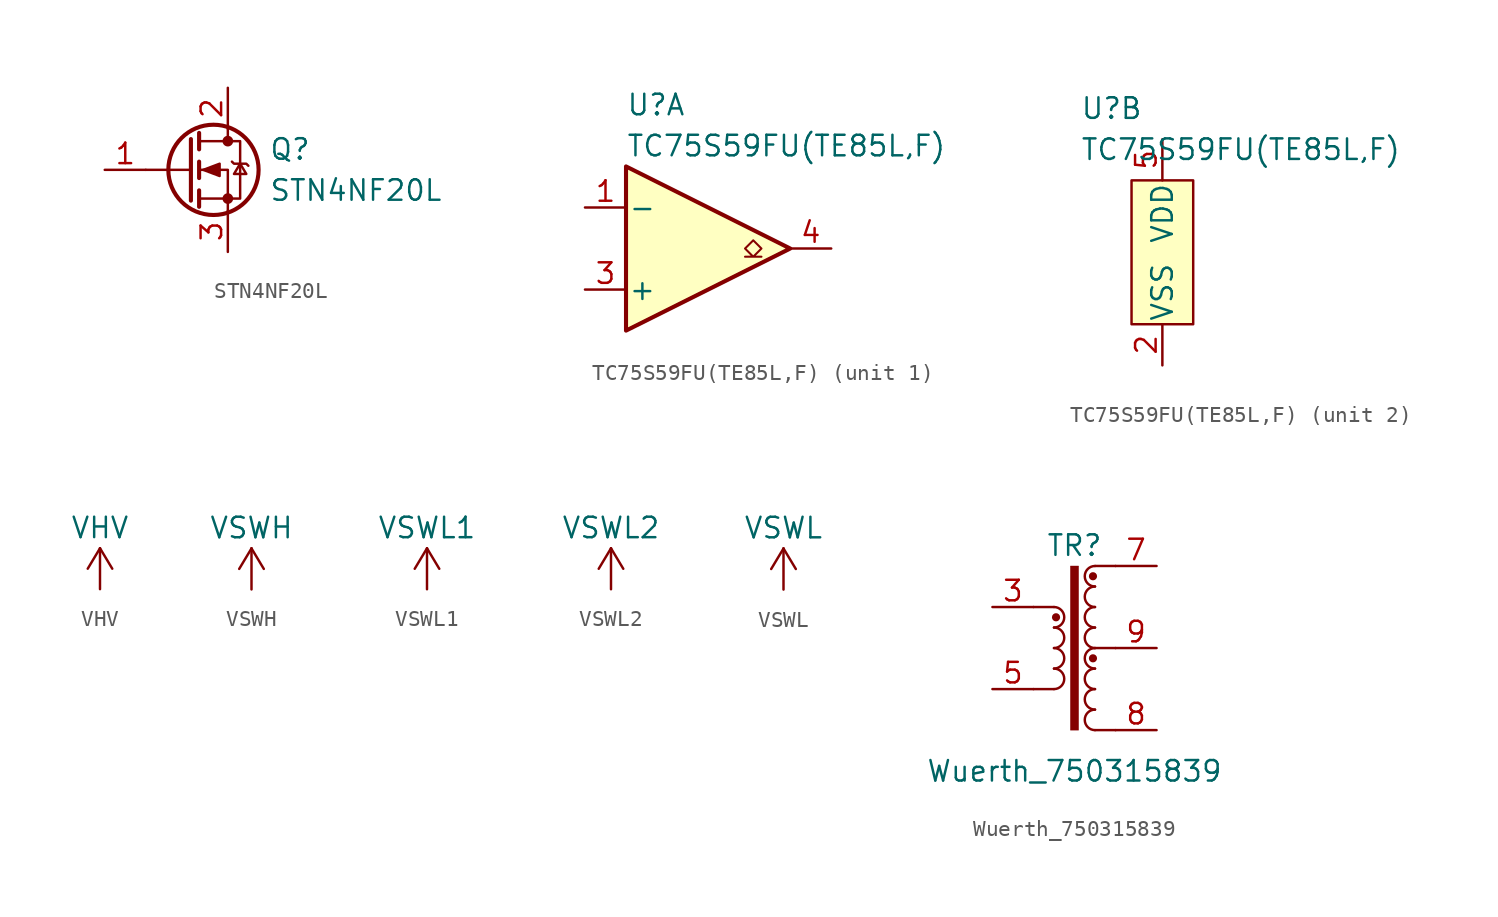
<source format=kicad_sym>
(kicad_symbol_lib
  (version 20220914)
  (generator kicad_symbol_editor)
  (symbol "STN4NF20L"
    (pin_names
      (offset 0) hide)
    (property "Reference" "Q"
      (at 5.08 1.27 0)
      (effects (font (size 1.27 1.27)) (justify left)))
    (property "Value" "STN4NF20L"
      (at 5.08 -1.27 0)
      (effects (font (size 1.27 1.27)) (justify left)))
    (symbol "STN4NF20L_0_1"
      (polyline (pts (xy 0.254 0) (xy -2.54 0)) (stroke (width 0) (type default)) (fill (type none)))
      (polyline (pts (xy 0.254 1.905) (xy 0.254 -1.905)) (stroke (width 0.254) (type default)) (fill (type none)))
      (polyline (pts (xy 0.762 -1.27) (xy 0.762 -2.286)) (stroke (width 0.254) (type default)) (fill (type none)))
      (polyline (pts (xy 0.762 0.508) (xy 0.762 -0.508)) (stroke (width 0.254) (type default)) (fill (type none)))
      (polyline (pts (xy 0.762 2.286) (xy 0.762 1.27)) (stroke (width 0.254) (type default)) (fill (type none)))
      (polyline (pts (xy 2.54 2.54) (xy 2.54 1.778)) (stroke (width 0) (type default)) (fill (type none)))
      (polyline (pts (xy 2.54 -2.54) (xy 2.54 0) (xy 0.762 0)) (stroke (width 0) (type default)) (fill (type none)))
      (polyline (pts (xy 0.762 -1.778) (xy 3.302 -1.778) (xy 3.302 1.778) (xy 0.762 1.778)) (stroke (width 0) (type default)) (fill (type none)))
      (polyline (pts (xy 1.016 0) (xy 2.032 0.381) (xy 2.032 -0.381) (xy 1.016 0)) (stroke (width 0) (type default)) (fill (type outline)))
      (polyline (pts (xy 2.794 0.508) (xy 2.921 0.381) (xy 3.683 0.381) (xy 3.81 0.254)) (stroke (width 0) (type default)) (fill (type none)))
      (polyline (pts (xy 3.302 0.381) (xy 2.921 -0.254) (xy 3.683 -0.254) (xy 3.302 0.381)) (stroke (width 0) (type default)) (fill (type none)))
      (circle (center 1.651 0) (radius 2.794) (stroke (width 0.254) (type default)) (fill (type none)))
      (circle (center 2.54 -1.778) (radius 0.254) (stroke (width 0) (type default)) (fill (type outline)))
      (circle (center 2.54 1.778) (radius 0.254) (stroke (width 0) (type default)) (fill (type outline))))
    (symbol "STN4NF20L_1_1"
      (pin input line (at -5.08 0 0) (length 2.54) (name "G" (effects (font (size 1.27 1.27)))) (number "1" (effects (font (size 1.27 1.27)))))
      (pin passive line (at 2.54 5.08 270) (length 2.54) (name "D" (effects (font (size 1.27 1.27)))) (number "2" (effects (font (size 1.27 1.27)))))
      (pin passive line (at 2.54 -5.08 90) (length 2.54) (name "S" (effects (font (size 1.27 1.27)))) (number "3" (effects (font (size 1.27 1.27)))))))
  (symbol "TC75S59FU(TE85L,F)"
    (pin_names
      (offset 0.127))
    (property "Reference" "U"
      (at -5.08 8.89 0)
      (effects (font (size 1.27 1.27)) (justify left)))
    (property "Value" "TC75S59FU(TE85L,F)"
      (at -5.08 6.35 0)
      (effects (font (size 1.27 1.27)) (justify left)))
    (property "ki_locked" ""
      (at 0 0 0)
      (effects (font (size 1.27 1.27))))
    (symbol "TC75S59FU(TE85L,F)_1_1"
      (polyline (pts (xy -5.08 5.08) (xy 5.08 0) (xy -5.08 -5.08) (xy -5.08 5.08)) (stroke (width 0.254) (type default)) (fill (type background)))
      (polyline (pts (xy 3.302 -0.508) (xy 2.794 -0.508) (xy 3.302 0) (xy 2.794 0.508) (xy 2.286 0) (xy 2.794 -0.508) (xy 2.286 -0.508)) (stroke (width 0.127) (type default)) (fill (type none)))
      (pin input line (at -7.62 2.54 0) (length 2.54) (name "-" (effects (font (size 1.27 1.27)))) (number "1" (effects (font (size 1.27 1.27)))))
      (pin input line (at -7.62 -2.54 0) (length 2.54) (name "+" (effects (font (size 1.27 1.27)))) (number "3" (effects (font (size 1.27 1.27)))))
      (pin output line (at 7.62 0 180) (length 2.54) (name "~" (effects (font (size 1.27 1.27)))) (number "4" (effects (font (size 1.27 1.27))))))
    (symbol "TC75S59FU(TE85L,F)_2_1"
      (rectangle (start -1.905 4.445) (end 1.905 -4.445) (stroke (width 0.152) (type default)) (fill (type background)))
      (pin power_in line (at 0 -6.985 90) (length 2.54) (name "VSS" (effects (font (size 1.27 1.27)))) (number "2" (effects (font (size 1.27 1.27)))))
      (pin power_in line (at 0 6.985 270) (length 2.54) (name "VDD" (effects (font (size 1.27 1.27)))) (number "5" (effects (font (size 1.27 1.27)))))))
  (symbol "VHV"
    (power)
    (pin_names
      (offset 0))
    (property "Reference" "#PWR"
      (at 0 -3.81 0)
      (effects (font (size 1.27 1.27)) hide))
    (property "Value" "VHV"
      (at 0 3.81 0)
      (effects (font (size 1.27 1.27))))
    (symbol "VHV_0_1"
      (polyline (pts (xy -0.762 1.27) (xy 0 2.54)) (stroke (width 0) (type default)) (fill (type none)))
      (polyline (pts (xy 0 0) (xy 0 2.54)) (stroke (width 0) (type default)) (fill (type none)))
      (polyline (pts (xy 0 2.54) (xy 0.762 1.27)) (stroke (width 0) (type default)) (fill (type none))))
    (symbol "VHV_1_1"
      (pin power_in line (at 0 0 90) (length 0) hide (name "VHV" (effects (font (size 1.27 1.27)))) (number "1" (effects (font (size 1.27 1.27)))))))
  (symbol "VSWH"
    (power)
    (pin_names
      (offset 0))
    (property "Reference" "#PWR"
      (at 0 -3.81 0)
      (effects (font (size 1.27 1.27)) hide))
    (property "Value" "VSWH"
      (at 0 3.81 0)
      (effects (font (size 1.27 1.27))))
    (symbol "VSWH_0_1"
      (polyline (pts (xy -0.762 1.27) (xy 0 2.54)) (stroke (width 0) (type default)) (fill (type none)))
      (polyline (pts (xy 0 0) (xy 0 2.54)) (stroke (width 0) (type default)) (fill (type none)))
      (polyline (pts (xy 0 2.54) (xy 0.762 1.27)) (stroke (width 0) (type default)) (fill (type none))))
    (symbol "VSWH_1_1"
      (pin power_in line (at 0 0 90) (length 0) hide (name "VSWH" (effects (font (size 1.27 1.27)))) (number "1" (effects (font (size 1.27 1.27)))))))
  (symbol "VSWL1"
    (power)
    (pin_names
      (offset 0))
    (property "Reference" "#PWR"
      (at 0 -3.81 0)
      (effects (font (size 1.27 1.27)) hide))
    (property "Value" "VSWL1"
      (at 0 3.81 0)
      (effects (font (size 1.27 1.27))))
    (symbol "VSWL1_0_1"
      (polyline (pts (xy -0.762 1.27) (xy 0 2.54)) (stroke (width 0) (type default)) (fill (type none)))
      (polyline (pts (xy 0 0) (xy 0 2.54)) (stroke (width 0) (type default)) (fill (type none)))
      (polyline (pts (xy 0 2.54) (xy 0.762 1.27)) (stroke (width 0) (type default)) (fill (type none))))
    (symbol "VSWL1_1_1"
      (pin power_in line (at 0 0 90) (length 0) hide (name "VSWL1" (effects (font (size 1.27 1.27)))) (number "1" (effects (font (size 1.27 1.27)))))))
  (symbol "VSWL2"
    (power)
    (pin_names
      (offset 0))
    (property "Reference" "#PWR"
      (at 0 -3.81 0)
      (effects (font (size 1.27 1.27)) hide))
    (property "Value" "VSWL2"
      (at 0 3.81 0)
      (effects (font (size 1.27 1.27))))
    (symbol "VSWL2_0_1"
      (polyline (pts (xy -0.762 1.27) (xy 0 2.54)) (stroke (width 0) (type default)) (fill (type none)))
      (polyline (pts (xy 0 0) (xy 0 2.54)) (stroke (width 0) (type default)) (fill (type none)))
      (polyline (pts (xy 0 2.54) (xy 0.762 1.27)) (stroke (width 0) (type default)) (fill (type none))))
    (symbol "VSWL2_1_1"
      (pin power_in line (at 0 0 90) (length 0) hide (name "VSWL2" (effects (font (size 1.27 1.27)))) (number "1" (effects (font (size 1.27 1.27)))))))
  (symbol "VSWL"
    (power)
    (pin_names
      (offset 0))
    (property "Reference" "#PWR"
      (at 0 -3.81 0)
      (effects (font (size 1.27 1.27)) hide))
    (property "Value" "VSWL"
      (at 0 3.81 0)
      (effects (font (size 1.27 1.27))))
    (symbol "VSWL_0_1"
      (polyline (pts (xy -0.762 1.27) (xy 0 2.54)) (stroke (width 0) (type default)) (fill (type none)))
      (polyline (pts (xy 0 0) (xy 0 2.54)) (stroke (width 0) (type default)) (fill (type none)))
      (polyline (pts (xy 0 2.54) (xy 0.762 1.27)) (stroke (width 0) (type default)) (fill (type none))))
    (symbol "VSWL_1_1"
      (pin power_in line (at 0 0 90) (length 0) hide (name "VSWL" (effects (font (size 1.27 1.27)))) (number "1" (effects (font (size 1.27 1.27)))))))
  (symbol "Wuerth_750315839"
    (property "Reference" "TR"
      (at 0 6.35 0)
      (effects (font (size 1.27 1.27))))
    (property "Value" "Wuerth_750315839"
      (at 0 -7.62 0)
      (effects (font (size 1.27 1.27))))
    (symbol "Wuerth_750315839_0_1"
      (arc (start -1.27 -2.54) (mid -0.6377 -1.905) (end -1.27 -1.27) (stroke (width 0) (type default)) (fill (type none)))
      (arc (start -1.27 -1.27) (mid -0.6377 -0.635) (end -1.27 0) (stroke (width 0) (type default)) (fill (type none)))
      (rectangle (start -0.254 5.08) (end 0.254 -5.08) (stroke (width 0.025) (type default)) (fill (type outline)))
      (polyline (pts (xy -2.54 -2.54) (xy -1.27 -2.54)) (stroke (width 0) (type default)) (fill (type none)))
      (polyline (pts (xy -2.54 2.54) (xy -1.27 2.54)) (stroke (width 0) (type default)) (fill (type none)))
      (polyline (pts (xy 1.27 -5.08) (xy 2.54 -5.08)) (stroke (width 0) (type default)) (fill (type none)))
      (polyline (pts (xy 1.27 0) (xy 2.54 0)) (stroke (width 0) (type default)) (fill (type none))))
    (symbol "Wuerth_750315839_1_1"
      (arc (start -1.27 0) (mid -0.6377 0.635) (end -1.27 1.27) (stroke (width 0) (type default)) (fill (type none)))
      (arc (start -1.27 1.27) (mid -0.6377 1.905) (end -1.27 2.54) (stroke (width 0) (type default)) (fill (type none)))
      (circle (center -1.143 1.905) (radius 0.127) (stroke (width 0.254) (type default)) (fill (type none)))
      (polyline (pts (xy 1.27 5.08) (xy 2.54 5.08)) (stroke (width 0) (type default)) (fill (type none)))
      (circle (center 1.143 -0.635) (radius 0.127) (stroke (width 0.254) (type default)) (fill (type none)))
      (circle (center 1.143 4.445) (radius 0.127) (stroke (width 0.254) (type default)) (fill (type none)))
      (arc (start 1.27 -3.81) (mid 0.6377 -4.445) (end 1.27 -5.08) (stroke (width 0) (type default)) (fill (type none)))
      (arc (start 1.27 -2.54) (mid 0.6377 -3.175) (end 1.27 -3.81) (stroke (width 0) (type default)) (fill (type none)))
      (arc (start 1.27 -1.27) (mid 0.6377 -1.905) (end 1.27 -2.54) (stroke (width 0) (type default)) (fill (type none)))
      (arc (start 1.27 0) (mid 0.6377 -0.635) (end 1.27 -1.27) (stroke (width 0) (type default)) (fill (type none)))
      (arc (start 1.27 1.27) (mid 0.6377 0.635) (end 1.27 0) (stroke (width 0) (type default)) (fill (type none)))
      (arc (start 1.27 2.54) (mid 0.6377 1.905) (end 1.27 1.27) (stroke (width 0) (type default)) (fill (type none)))
      (arc (start 1.27 3.81) (mid 0.6377 3.175) (end 1.27 2.54) (stroke (width 0) (type default)) (fill (type none)))
      (arc (start 1.27 5.08) (mid 0.6377 4.445) (end 1.27 3.81) (stroke (width 0) (type default)) (fill (type none)))
      (pin passive line (at -5.08 2.54 0) (length 2.54) (name "~" (effects (font (size 1.27 1.27)))) (number "3" (effects (font (size 1.27 1.27)))))
      (pin passive line (at -5.08 -2.54 0) (length 2.54) (name "~" (effects (font (size 1.27 1.27)))) (number "5" (effects (font (size 1.27 1.27)))))
      (pin passive line (at 5.08 5.08 180) (length 2.54) (name "~" (effects (font (size 1.27 1.27)))) (number "7" (effects (font (size 1.27 1.27)))))
      (pin passive line (at 5.08 -5.08 180) (length 2.54) (name "~" (effects (font (size 1.27 1.27)))) (number "8" (effects (font (size 1.27 1.27)))))
      (pin passive line (at 5.08 0 180) (length 2.54) (name "~" (effects (font (size 1.27 1.27)))) (number "9" (effects (font (size 1.27 1.27))))))))
</source>
